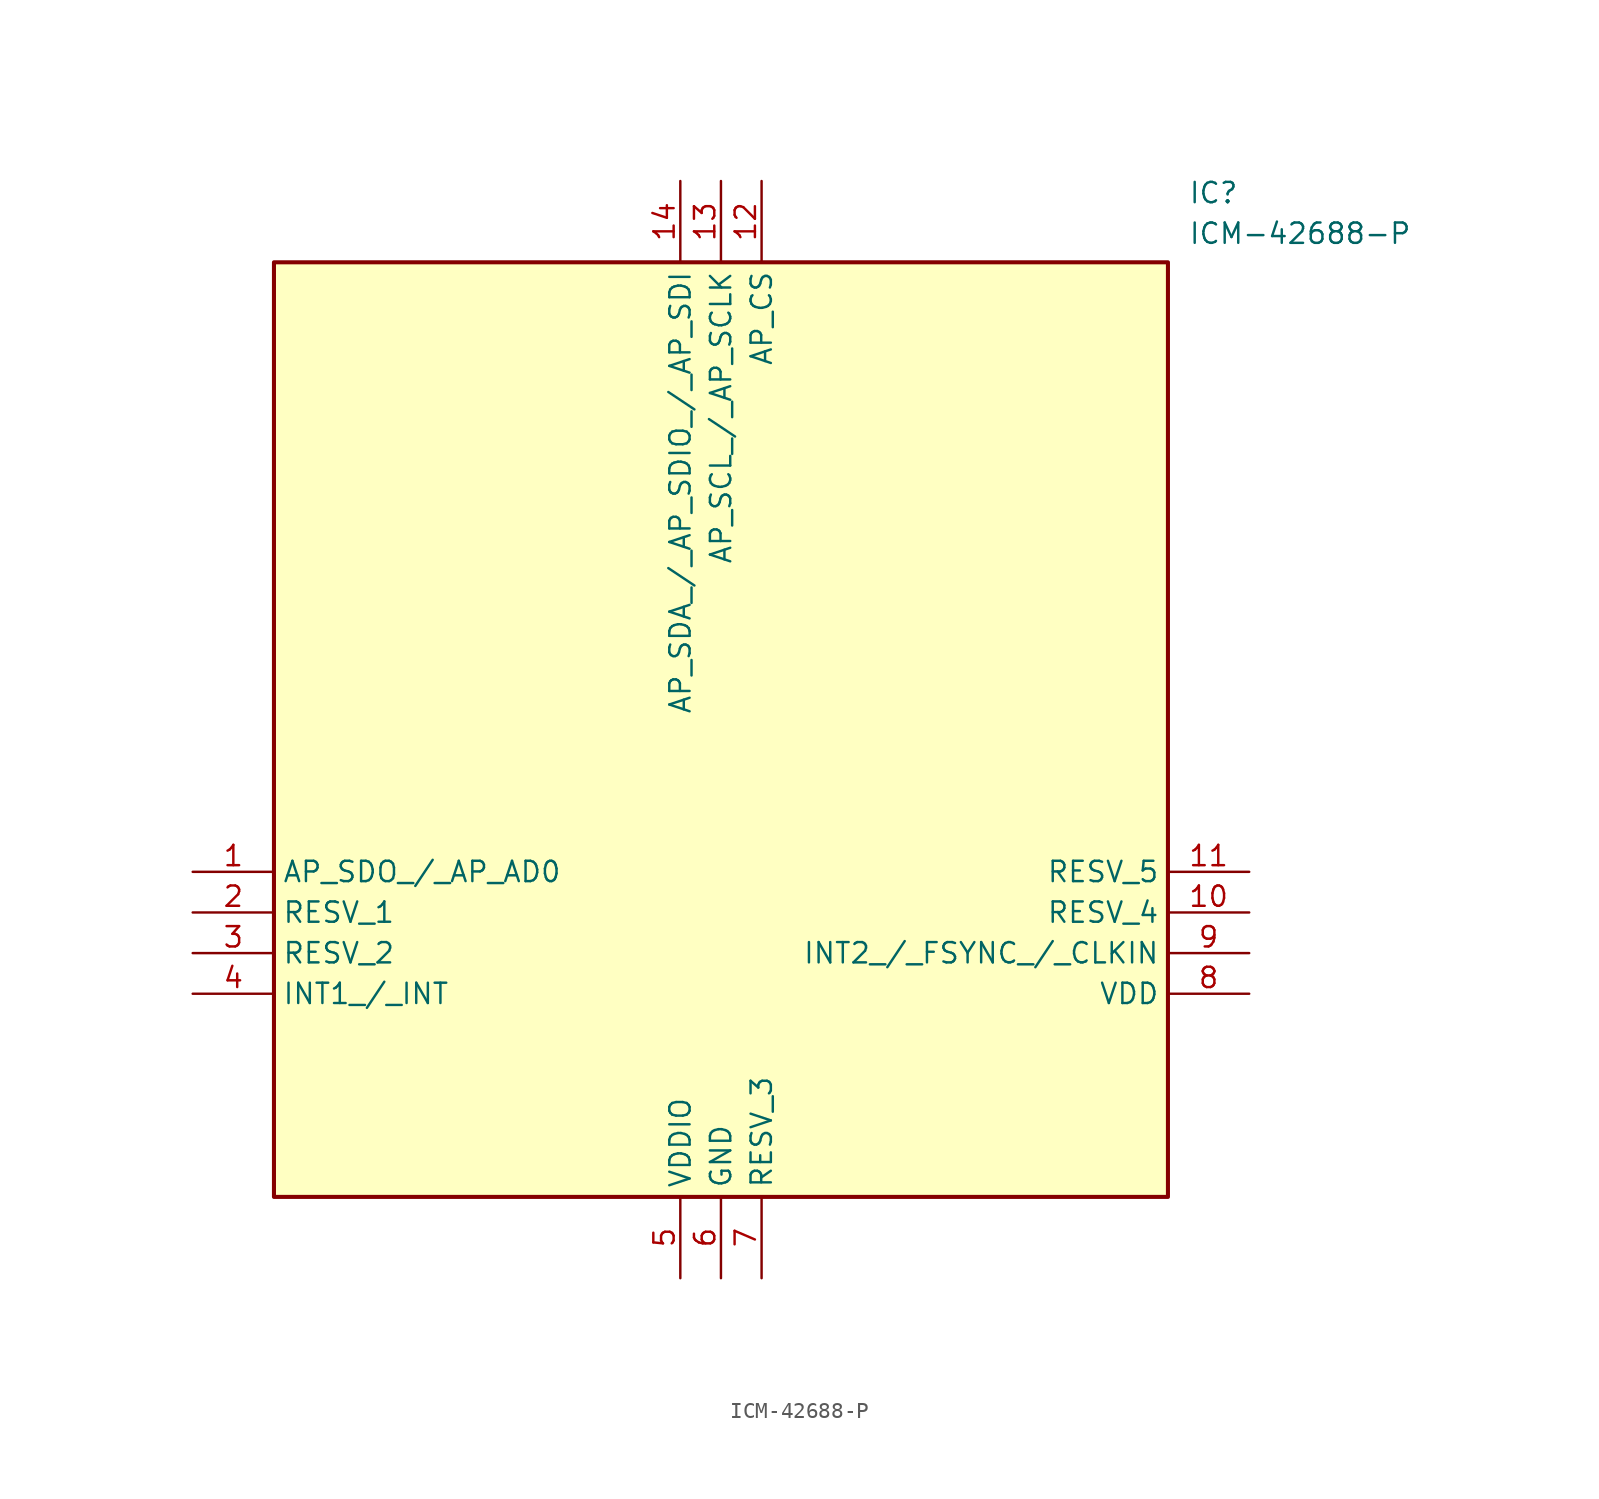
<source format=kicad_sym>
(kicad_symbol_lib
  (version 20211014)
  (generator SamacSys_ECAD_Model)
  (symbol "ICM-42688-P"
    (property "Reference" "IC"
      (at 62.23 43.18 0)
      (effects (font (size 1.27 1.27)) (justify left top)))
    (property "Value" "ICM-42688-P"
      (at 62.23 40.64 0)
      (effects (font (size 1.27 1.27)) (justify left top)))
    (rectangle
      (start 5.08 38.1)
      (end 60.96 -20.32)
      (stroke (width 0.254) (type default))
      (fill (type background)))
    (pin passive line
      (at 0 0 0)
      (length 5.08)
      (name "AP_SDO_/_AP_AD0" (effects (font (size 1.27 1.27))))
      (number "1" (effects (font (size 1.27 1.27)))))
    (pin passive line
      (at 0 -2.54 0)
      (length 5.08)
      (name "RESV_1" (effects (font (size 1.27 1.27))))
      (number "2" (effects (font (size 1.27 1.27)))))
    (pin passive line
      (at 0 -5.08 0)
      (length 5.08)
      (name "RESV_2" (effects (font (size 1.27 1.27))))
      (number "3" (effects (font (size 1.27 1.27)))))
    (pin passive line
      (at 0 -7.62 0)
      (length 5.08)
      (name "INT1_/_INT" (effects (font (size 1.27 1.27))))
      (number "4" (effects (font (size 1.27 1.27)))))
    (pin passive line
      (at 30.48 -25.4 90)
      (length 5.08)
      (name "VDDIO" (effects (font (size 1.27 1.27))))
      (number "5" (effects (font (size 1.27 1.27)))))
    (pin passive line
      (at 33.02 -25.4 90)
      (length 5.08)
      (name "GND" (effects (font (size 1.27 1.27))))
      (number "6" (effects (font (size 1.27 1.27)))))
    (pin passive line
      (at 35.56 -25.4 90)
      (length 5.08)
      (name "RESV_3" (effects (font (size 1.27 1.27))))
      (number "7" (effects (font (size 1.27 1.27)))))
    (pin passive line
      (at 66.04 -7.62 180)
      (length 5.08)
      (name "VDD" (effects (font (size 1.27 1.27))))
      (number "8" (effects (font (size 1.27 1.27)))))
    (pin passive line
      (at 66.04 -5.08 180)
      (length 5.08)
      (name "INT2_/_FSYNC_/_CLKIN" (effects (font (size 1.27 1.27))))
      (number "9" (effects (font (size 1.27 1.27)))))
    (pin passive line
      (at 66.04 -2.54 180)
      (length 5.08)
      (name "RESV_4" (effects (font (size 1.27 1.27))))
      (number "10" (effects (font (size 1.27 1.27)))))
    (pin passive line
      (at 66.04 0 180)
      (length 5.08)
      (name "RESV_5" (effects (font (size 1.27 1.27))))
      (number "11" (effects (font (size 1.27 1.27)))))
    (pin passive line
      (at 35.56 43.18 270)
      (length 5.08)
      (name "AP_CS" (effects (font (size 1.27 1.27))))
      (number "12" (effects (font (size 1.27 1.27)))))
    (pin passive line
      (at 33.02 43.18 270)
      (length 5.08)
      (name "AP_SCL_/_AP_SCLK" (effects (font (size 1.27 1.27))))
      (number "13" (effects (font (size 1.27 1.27)))))
    (pin passive line
      (at 30.48 43.18 270)
      (length 5.08)
      (name "AP_SDA_/_AP_SDIO_/_AP_SDI" (effects (font (size 1.27 1.27))))
      (number "14" (effects (font (size 1.27 1.27)))))))
</source>
